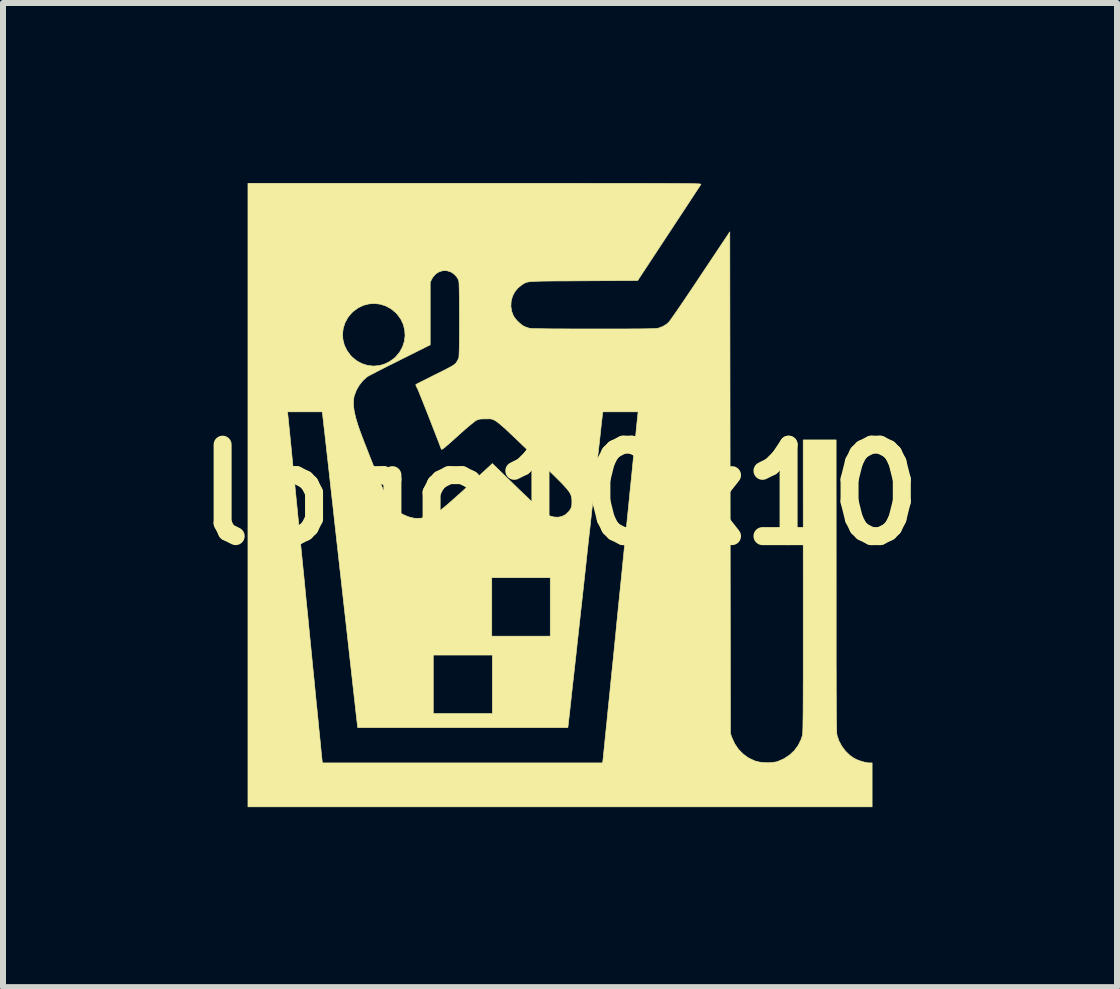
<source format=kicad_pcb>
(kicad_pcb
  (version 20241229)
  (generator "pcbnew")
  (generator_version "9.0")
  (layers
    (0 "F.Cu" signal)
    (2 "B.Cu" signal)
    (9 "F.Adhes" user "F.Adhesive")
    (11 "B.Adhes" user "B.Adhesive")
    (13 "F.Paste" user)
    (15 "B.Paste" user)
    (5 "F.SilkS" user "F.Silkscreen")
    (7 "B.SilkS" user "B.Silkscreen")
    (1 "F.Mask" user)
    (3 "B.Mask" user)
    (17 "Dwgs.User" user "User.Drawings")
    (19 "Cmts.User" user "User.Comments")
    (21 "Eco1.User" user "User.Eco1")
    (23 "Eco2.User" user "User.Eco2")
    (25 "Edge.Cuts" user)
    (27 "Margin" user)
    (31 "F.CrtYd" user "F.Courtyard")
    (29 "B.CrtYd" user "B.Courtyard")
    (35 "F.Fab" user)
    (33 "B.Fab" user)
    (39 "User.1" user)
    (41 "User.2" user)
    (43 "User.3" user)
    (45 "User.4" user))
  (footprint "logo10x10"
    (layer "F.Cu")
    (at 6.285 5.197)
    (property "Reference" "logo10x10" (at 0 0 0) (layer "F.SilkS") (effects (font (size 1.524 1.524) (thickness 0.3))))
    (attr through_hole)
    (fp_poly (pts (xy -1.092 -5.192) (xy -0.782 -5.192) (xy -0.491 -5.192) (xy -0.219 -5.192) (xy 0.036 -5.192) (xy 0.273 -5.192) (xy 0.494 -5.191) (xy 0.698 -5.191) (xy 0.887 -5.191) (xy 1.061 -5.191) (xy 1.221 -5.191) (xy 1.367 -5.191) (xy 1.5 -5.19) (xy 1.621 -5.19) (xy 1.729 -5.19) (xy 1.827 -5.189) (xy 1.914 -5.189) (xy 1.99 -5.188) (xy 2.058 -5.188) (xy 2.116 -5.187) (xy 2.166 -5.186) (xy 2.209 -5.185) (xy 2.244 -5.185) (xy 2.274 -5.184) (xy 2.297 -5.183) (xy 2.315 -5.182) (xy 2.328 -5.181) (xy 2.338 -5.179) (xy 2.344 -5.178) (xy 2.347 -5.177) (xy 2.348 -5.175) (xy 2.348 -5.174) (xy 2.341 -5.163) (xy 2.324 -5.136) (xy 2.297 -5.095) (xy 2.261 -5.041) (xy 2.217 -4.974) (xy 2.166 -4.896) (xy 2.109 -4.809) (xy 2.046 -4.713) (xy 1.978 -4.61) (xy 1.906 -4.501) (xy 1.831 -4.387) (xy 1.816 -4.364) (xy 1.294 -3.571) (xy 0.39 -3.566) (xy 0.232 -3.565) (xy 0.093 -3.564) (xy -0.029 -3.564) (xy -0.134 -3.563) (xy -0.224 -3.562) (xy -0.301 -3.561) (xy -0.365 -3.559) (xy -0.419 -3.557) (xy -0.462 -3.555) (xy -0.498 -3.551) (xy -0.526 -3.548) (xy -0.549 -3.543) (xy -0.568 -3.538) (xy -0.583 -3.531) (xy -0.597 -3.524) (xy -0.611 -3.516) (xy -0.626 -3.506) (xy -0.636 -3.5) (xy -0.703 -3.445) (xy -0.757 -3.379) (xy -0.794 -3.304) (xy -0.815 -3.223) (xy -0.819 -3.139) (xy -0.805 -3.055) (xy -0.78 -2.989) (xy -0.753 -2.945) (xy -0.713 -2.899) (xy -0.667 -2.855) (xy -0.621 -2.82) (xy -0.598 -2.807) (xy -0.559 -2.791) (xy -0.514 -2.777) (xy -0.498 -2.774) (xy -0.478 -2.772) (xy -0.439 -2.77) (xy -0.381 -2.769) (xy -0.304 -2.768) (xy -0.21 -2.766) (xy -0.099 -2.765) (xy 0.028 -2.765) (xy 0.17 -2.764) (xy 0.327 -2.764) (xy 0.498 -2.764) (xy 0.574 -2.764) (xy 0.742 -2.764) (xy 0.891 -2.764) (xy 1.023 -2.764) (xy 1.137 -2.764) (xy 1.236 -2.765) (xy 1.321 -2.765) (xy 1.393 -2.766) (xy 1.453 -2.767) (xy 1.503 -2.768) (xy 1.543 -2.769) (xy 1.575 -2.77) (xy 1.6 -2.772) (xy 1.619 -2.774) (xy 1.634 -2.777) (xy 1.645 -2.779) (xy 1.647 -2.78) (xy 1.718 -2.807) (xy 1.78 -2.847) (xy 1.811 -2.874) (xy 1.822 -2.888) (xy 1.844 -2.917) (xy 1.875 -2.961) (xy 1.915 -3.018) (xy 1.962 -3.086) (xy 2.016 -3.165) (xy 2.076 -3.253) (xy 2.141 -3.35) (xy 2.21 -3.452) (xy 2.282 -3.56) (xy 2.339 -3.646) (xy 2.83 -4.382) (xy 2.84 3.978) (xy 2.863 4.044) (xy 2.911 4.149) (xy 2.974 4.242) (xy 3.051 4.321) (xy 3.139 4.385) (xy 3.239 4.433) (xy 3.263 4.441) (xy 3.325 4.456) (xy 3.397 4.464) (xy 3.473 4.467) (xy 3.545 4.462) (xy 3.608 4.452) (xy 3.627 4.446) (xy 3.731 4.401) (xy 3.824 4.34) (xy 3.904 4.266) (xy 3.969 4.179) (xy 4.017 4.082) (xy 4.039 4.016) (xy 4.041 4.008) (xy 4.042 3.996) (xy 4.044 3.981) (xy 4.045 3.961) (xy 4.046 3.935) (xy 4.048 3.902) (xy 4.049 3.863) (xy 4.049 3.816) (xy 4.05 3.76) (xy 4.051 3.695) (xy 4.052 3.619) (xy 4.052 3.533) (xy 4.053 3.435) (xy 4.053 3.325) (xy 4.053 3.201) (xy 4.054 3.064) (xy 4.054 2.912) (xy 4.054 2.744) (xy 4.054 2.56) (xy 4.054 2.36) (xy 4.054 2.141) (xy 4.054 1.904) (xy 4.054 1.648) (xy 4.054 1.521) (xy 4.053 -0.914) (xy 4.602 -0.914) (xy 4.603 1.516) (xy 4.603 1.782) (xy 4.603 2.029) (xy 4.603 2.257) (xy 4.603 2.466) (xy 4.603 2.659) (xy 4.603 2.834) (xy 4.604 2.994) (xy 4.604 3.139) (xy 4.604 3.27) (xy 4.605 3.387) (xy 4.605 3.491) (xy 4.606 3.583) (xy 4.606 3.663) (xy 4.607 3.734) (xy 4.608 3.794) (xy 4.609 3.845) (xy 4.61 3.888) (xy 4.611 3.923) (xy 4.612 3.951) (xy 4.613 3.974) (xy 4.615 3.991) (xy 4.616 4.003) (xy 4.618 4.011) (xy 4.649 4.103) (xy 4.698 4.193) (xy 4.76 4.275) (xy 4.833 4.345) (xy 4.897 4.39) (xy 4.949 4.416) (xy 5.011 4.439) (xy 5.074 4.457) (xy 5.132 4.468) (xy 5.163 4.47) (xy 5.202 4.47) (xy 5.202 5.202) (xy -5.202 5.202) (xy -5.202 -1.382) (xy -4.543 -1.382) (xy -4.537 -1.334) (xy -4.536 -1.319) (xy -4.532 -1.286) (xy -4.527 -1.234) (xy -4.52 -1.164) (xy -4.511 -1.077) (xy -4.501 -0.975) (xy -4.489 -0.857) (xy -4.476 -0.724) (xy -4.462 -0.578) (xy -4.446 -0.419) (xy -4.429 -0.249) (xy -4.411 -0.067) (xy -4.392 0.126) (xy -4.372 0.327) (xy -4.351 0.537) (xy -4.33 0.756) (xy -4.308 0.981) (xy -4.285 1.212) (xy -4.261 1.448) (xy -4.252 1.544) (xy -4.229 1.783) (xy -4.205 2.016) (xy -4.183 2.244) (xy -4.161 2.465) (xy -4.14 2.678) (xy -4.12 2.884) (xy -4.1 3.08) (xy -4.082 3.266) (xy -4.065 3.441) (xy -4.048 3.605) (xy -4.033 3.756) (xy -4.02 3.894) (xy -4.007 4.018) (xy -3.996 4.127) (xy -3.987 4.22) (xy -3.98 4.297) (xy -3.974 4.356) (xy -3.969 4.397) (xy -3.967 4.419) (xy -3.967 4.422) (xy -3.96 4.47) (xy 0.709 4.47) (xy 0.716 4.422) (xy 0.717 4.408) (xy 0.721 4.375) (xy 0.726 4.323) (xy 0.733 4.253) (xy 0.742 4.166) (xy 0.752 4.063) (xy 0.764 3.945) (xy 0.778 3.813) (xy 0.792 3.667) (xy 0.808 3.508) (xy 0.826 3.337) (xy 0.844 3.155) (xy 0.863 2.963) (xy 0.884 2.762) (xy 0.905 2.551) (xy 0.927 2.333) (xy 0.949 2.108) (xy 0.972 1.877) (xy 0.996 1.641) (xy 1.006 1.544) (xy 1.03 1.306) (xy 1.053 1.072) (xy 1.076 0.845) (xy 1.098 0.624) (xy 1.12 0.41) (xy 1.141 0.205) (xy 1.16 0.009) (xy 1.179 -0.177) (xy 1.197 -0.352) (xy 1.213 -0.516) (xy 1.228 -0.667) (xy 1.242 -0.805) (xy 1.255 -0.929) (xy 1.266 -1.038) (xy 1.275 -1.131) (xy 1.283 -1.208) (xy 1.289 -1.267) (xy 1.294 -1.308) (xy 1.296 -1.33) (xy 1.296 -1.333) (xy 1.302 -1.382) (xy 0.714 -1.382) (xy 0.707 -1.339) (xy 0.706 -1.325) (xy 0.702 -1.292) (xy 0.696 -1.24) (xy 0.688 -1.171) (xy 0.679 -1.085) (xy 0.668 -0.983) (xy 0.655 -0.866) (xy 0.64 -0.736) (xy 0.624 -0.592) (xy 0.607 -0.435) (xy 0.589 -0.267) (xy 0.569 -0.089) (xy 0.548 0.1) (xy 0.526 0.297) (xy 0.504 0.502) (xy 0.48 0.714) (xy 0.456 0.933) (xy 0.432 1.157) (xy 0.422 1.25) (xy 0.397 1.476) (xy 0.373 1.696) (xy 0.349 1.911) (xy 0.326 2.12) (xy 0.304 2.32) (xy 0.283 2.512) (xy 0.263 2.695) (xy 0.244 2.867) (xy 0.226 3.028) (xy 0.209 3.177) (xy 0.194 3.314) (xy 0.181 3.436) (xy 0.169 3.544) (xy 0.159 3.637) (xy 0.15 3.713) (xy 0.143 3.772) (xy 0.139 3.813) (xy 0.136 3.835) (xy 0.136 3.838) (xy 0.13 3.881) (xy -3.372 3.881) (xy -3.378 3.838) (xy -3.379 3.824) (xy -3.383 3.791) (xy -3.389 3.739) (xy -3.397 3.67) (xy -3.407 3.584) (xy -3.418 3.483) (xy -3.431 3.366) (xy -3.446 3.235) (xy -3.462 3.091) (xy -3.479 2.935) (xy -3.498 2.767) (xy -3.509 2.672) (xy -2.113 2.672) (xy -2.113 3.647) (xy -1.128 3.647) (xy -1.128 2.672) (xy -2.113 2.672) (xy -3.509 2.672) (xy -3.518 2.588) (xy -3.539 2.4) (xy -3.561 2.203) (xy -3.584 1.998) (xy -3.608 1.786) (xy -3.632 1.567) (xy -3.653 1.382) (xy -1.138 1.382) (xy -1.138 2.357) (xy -0.163 2.357) (xy -0.163 1.382) (xy -1.138 1.382) (xy -3.653 1.382) (xy -3.657 1.343) (xy -3.668 1.25) (xy -3.693 1.024) (xy -3.718 0.803) (xy -3.742 0.588) (xy -3.765 0.38) (xy -3.787 0.179) (xy -3.809 -0.013) (xy -3.829 -0.195) (xy -3.848 -0.368) (xy -3.866 -0.529) (xy -3.883 -0.678) (xy -3.898 -0.814) (xy -3.912 -0.937) (xy -3.924 -1.045) (xy -3.935 -1.137) (xy -3.943 -1.214) (xy -3.95 -1.273) (xy -3.955 -1.313) (xy -3.957 -1.335) (xy -3.958 -1.339) (xy -3.964 -1.382) (xy -4.254 -1.382) (xy -4.543 -1.382) (xy -5.202 -1.382) (xy -5.202 -1.555) (xy -3.444 -1.555) (xy -3.442 -1.472) (xy -3.428 -1.379) (xy -3.403 -1.273) (xy -3.366 -1.153) (xy -3.353 -1.115) (xy -3.334 -1.061) (xy -3.309 -0.994) (xy -3.28 -0.917) (xy -3.247 -0.832) (xy -3.211 -0.741) (xy -3.174 -0.645) (xy -3.135 -0.547) (xy -3.096 -0.45) (xy -3.058 -0.354) (xy -3.021 -0.262) (xy -2.986 -0.177) (xy -2.954 -0.1) (xy -2.926 -0.033) (xy -2.903 0.021) (xy -2.886 0.061) (xy -2.874 0.084) (xy -2.873 0.086) (xy -2.807 0.179) (xy -2.728 0.257) (xy -2.637 0.319) (xy -2.535 0.365) (xy -2.438 0.39) (xy -2.399 0.393) (xy -2.346 0.392) (xy -2.289 0.387) (xy -2.233 0.379) (xy -2.187 0.368) (xy -2.184 0.367) (xy -2.157 0.358) (xy -2.13 0.346) (xy -2.102 0.332) (xy -2.071 0.314) (xy -2.037 0.29) (xy -1.998 0.262) (xy -1.953 0.227) (xy -1.902 0.184) (xy -1.842 0.133) (xy -1.774 0.073) (xy -1.696 0.003) (xy -1.607 -0.077) (xy -1.506 -0.17) (xy -1.392 -0.275) (xy -1.318 -0.344) (xy -1.128 -0.52) (xy -0.716 -0.12) (xy -0.638 -0.045) (xy -0.563 0.027) (xy -0.493 0.094) (xy -0.428 0.154) (xy -0.371 0.207) (xy -0.323 0.251) (xy -0.286 0.285) (xy -0.26 0.306) (xy -0.251 0.313) (xy -0.176 0.351) (xy -0.101 0.371) (xy -0.03 0.374) (xy 0.037 0.359) (xy 0.096 0.328) (xy 0.147 0.28) (xy 0.17 0.246) (xy 0.185 0.218) (xy 0.193 0.192) (xy 0.197 0.161) (xy 0.198 0.117) (xy 0.198 0.117) (xy 0.197 0.086) (xy 0.195 0.058) (xy 0.19 0.031) (xy 0.181 0.004) (xy 0.168 -0.024) (xy 0.149 -0.055) (xy 0.122 -0.089) (xy 0.088 -0.129) (xy 0.045 -0.176) (xy -0.008 -0.23) (xy -0.072 -0.294) (xy -0.148 -0.368) (xy -0.237 -0.454) (xy -0.295 -0.51) (xy -0.419 -0.63) (xy -0.529 -0.736) (xy -0.627 -0.829) (xy -0.712 -0.911) (xy -0.787 -0.982) (xy -0.852 -1.043) (xy -0.907 -1.095) (xy -0.955 -1.138) (xy -0.996 -1.173) (xy -1.031 -1.201) (xy -1.06 -1.223) (xy -1.086 -1.239) (xy -1.108 -1.251) (xy -1.128 -1.258) (xy -1.147 -1.263) (xy -1.166 -1.265) (xy -1.185 -1.266) (xy -1.206 -1.265) (xy -1.23 -1.265) (xy -1.24 -1.265) (xy -1.291 -1.264) (xy -1.328 -1.262) (xy -1.356 -1.257) (xy -1.38 -1.248) (xy -1.395 -1.241) (xy -1.415 -1.228) (xy -1.449 -1.202) (xy -1.494 -1.165) (xy -1.549 -1.119) (xy -1.612 -1.064) (xy -1.681 -1.003) (xy -1.707 -0.979) (xy -1.777 -0.916) (xy -1.834 -0.865) (xy -1.879 -0.826) (xy -1.913 -0.797) (xy -1.938 -0.776) (xy -1.956 -0.764) (xy -1.967 -0.758) (xy -1.974 -0.757) (xy -1.979 -0.761) (xy -1.98 -0.764) (xy -2.024 -0.88) (xy -2.069 -0.995) (xy -2.113 -1.109) (xy -2.156 -1.219) (xy -2.197 -1.325) (xy -2.236 -1.424) (xy -2.272 -1.514) (xy -2.304 -1.595) (xy -2.332 -1.663) (xy -2.354 -1.719) (xy -2.371 -1.759) (xy -2.382 -1.782) (xy -2.384 -1.786) (xy -2.398 -1.813) (xy -2.404 -1.832) (xy -2.403 -1.837) (xy -2.393 -1.843) (xy -2.367 -1.857) (xy -2.326 -1.878) (xy -2.274 -1.904) (xy -2.212 -1.935) (xy -2.143 -1.97) (xy -2.08 -2.002) (xy -1.994 -2.044) (xy -1.925 -2.079) (xy -1.87 -2.107) (xy -1.828 -2.13) (xy -1.795 -2.148) (xy -1.772 -2.164) (xy -1.754 -2.177) (xy -1.741 -2.189) (xy -1.731 -2.201) (xy -1.73 -2.202) (xy -1.709 -2.236) (xy -1.692 -2.27) (xy -1.687 -2.284) (xy -1.685 -2.303) (xy -1.683 -2.34) (xy -1.681 -2.392) (xy -1.679 -2.459) (xy -1.678 -2.536) (xy -1.677 -2.623) (xy -1.676 -2.717) (xy -1.676 -2.815) (xy -1.676 -2.916) (xy -1.676 -3.017) (xy -1.677 -3.116) (xy -1.677 -3.21) (xy -1.678 -3.299) (xy -1.68 -3.378) (xy -1.681 -3.447) (xy -1.683 -3.503) (xy -1.685 -3.543) (xy -1.688 -3.565) (xy -1.688 -3.568) (xy -1.711 -3.616) (xy -1.749 -3.662) (xy -1.796 -3.7) (xy -1.823 -3.715) (xy -1.888 -3.735) (xy -1.952 -3.735) (xy -2.013 -3.718) (xy -2.068 -3.684) (xy -2.114 -3.635) (xy -2.14 -3.592) (xy -2.164 -3.541) (xy -2.164 -3.02) (xy -2.164 -2.499) (xy -2.675 -2.244) (xy -2.77 -2.196) (xy -2.862 -2.151) (xy -2.946 -2.108) (xy -3.023 -2.069) (xy -3.089 -2.034) (xy -3.144 -2.006) (xy -3.185 -1.984) (xy -3.211 -1.969) (xy -3.219 -1.964) (xy -3.286 -1.902) (xy -3.346 -1.827) (xy -3.394 -1.744) (xy -3.427 -1.659) (xy -3.435 -1.629) (xy -3.444 -1.555) (xy -5.202 -1.555) (xy -5.202 -2.684) (xy -3.625 -2.684) (xy -3.619 -2.589) (xy -3.596 -2.496) (xy -3.554 -2.408) (xy -3.495 -2.327) (xy -3.471 -2.3) (xy -3.391 -2.234) (xy -3.303 -2.186) (xy -3.208 -2.156) (xy -3.109 -2.145) (xy -3.008 -2.154) (xy -3.006 -2.154) (xy -2.923 -2.179) (xy -2.84 -2.22) (xy -2.765 -2.274) (xy -2.737 -2.3) (xy -2.672 -2.379) (xy -2.625 -2.465) (xy -2.595 -2.556) (xy -2.583 -2.65) (xy -2.589 -2.745) (xy -2.612 -2.838) (xy -2.653 -2.926) (xy -2.712 -3.007) (xy -2.737 -3.034) (xy -2.816 -3.099) (xy -2.902 -3.146) (xy -2.993 -3.176) (xy -3.087 -3.188) (xy -3.182 -3.182) (xy -3.274 -3.159) (xy -3.363 -3.117) (xy -3.444 -3.058) (xy -3.471 -3.034) (xy -3.536 -2.955) (xy -3.583 -2.869) (xy -3.613 -2.778) (xy -3.625 -2.684) (xy -5.202 -2.684) (xy -5.202 -5.192) (xy -1.422 -5.192) (xy -1.092 -5.192)) (stroke (width 0.01) (type solid)) (fill yes) (layer "F.SilkS")))
  (gr_rect
    (start -3 -3)
    (end 15.569 13.404)
    (stroke (width 0.1) (type default))
    (fill no)
    (layer "Edge.Cuts")))
</source>
